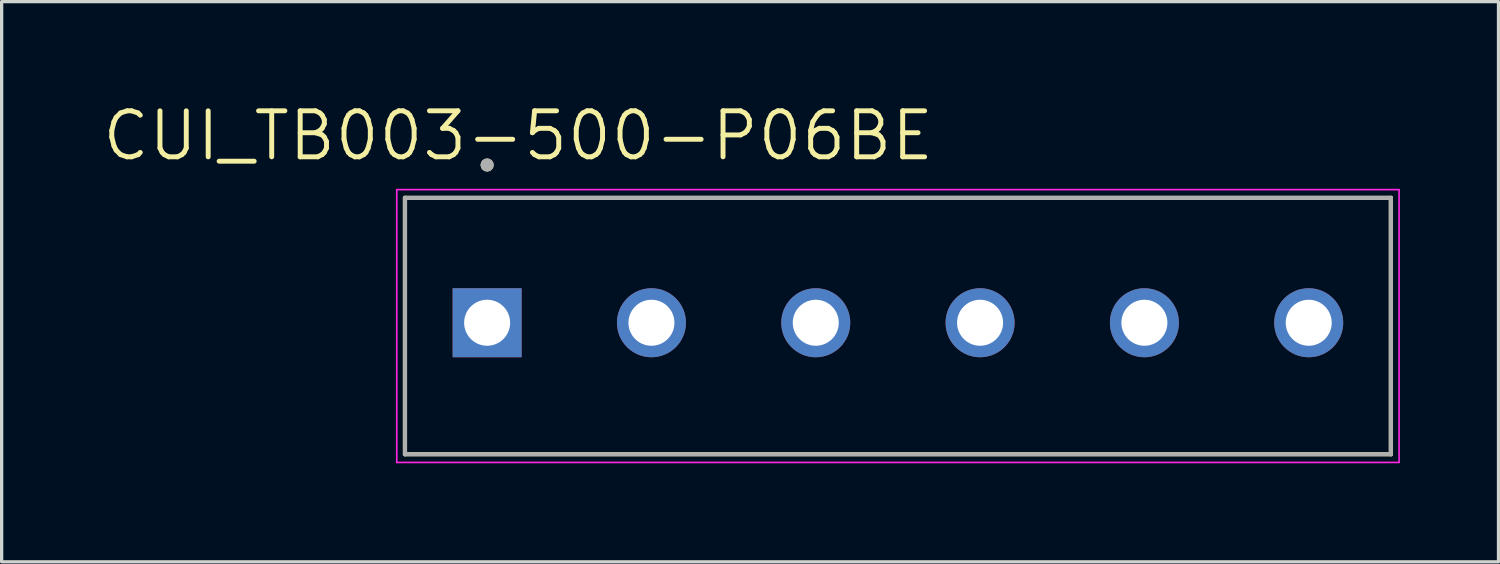
<source format=kicad_pcb>
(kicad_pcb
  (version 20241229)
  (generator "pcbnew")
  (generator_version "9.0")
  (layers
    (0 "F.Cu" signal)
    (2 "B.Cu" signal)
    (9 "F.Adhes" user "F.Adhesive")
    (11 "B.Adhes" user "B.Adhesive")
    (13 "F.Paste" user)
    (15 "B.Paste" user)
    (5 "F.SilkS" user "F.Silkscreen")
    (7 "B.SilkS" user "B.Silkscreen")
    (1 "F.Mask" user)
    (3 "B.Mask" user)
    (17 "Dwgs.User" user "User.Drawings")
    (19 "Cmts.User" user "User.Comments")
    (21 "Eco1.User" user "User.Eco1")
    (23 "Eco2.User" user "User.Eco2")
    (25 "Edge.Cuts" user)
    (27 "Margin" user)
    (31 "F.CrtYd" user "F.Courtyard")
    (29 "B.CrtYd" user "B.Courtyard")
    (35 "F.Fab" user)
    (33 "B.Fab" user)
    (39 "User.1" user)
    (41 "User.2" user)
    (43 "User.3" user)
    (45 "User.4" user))
  (footprint "CUI_TB003-500-P06BE"
    (layer "F.Cu")
    (at 11.773 6.771)
    (property "Reference" "CUI_TB003-500-P06BE" (at 0.945 -5.689 0) (layer "F.SilkS") (effects (font (size 1.4 1.4) (thickness 0.15))))
    (attr through_hole)
    (fp_line (start -2.5 -3.8) (end 27.5 -3.8) (stroke (width 0.127) (type solid)) (layer "F.SilkS"))
    (fp_line (start -2.5 4) (end -2.5 -3.8) (stroke (width 0.127) (type solid)) (layer "F.SilkS"))
    (fp_line (start 27.5 -3.8) (end 27.5 4) (stroke (width 0.127) (type solid)) (layer "F.SilkS"))
    (fp_line (start 27.5 4) (end -2.5 4) (stroke (width 0.127) (type solid)) (layer "F.SilkS"))
    (fp_circle (center 0 -4.8) (end 0.1 -4.8) (stroke (width 0.2) (type solid)) (fill no) (layer "F.SilkS"))
    (fp_line (start -2.75 -4.05) (end 27.75 -4.05) (stroke (width 0.05) (type solid)) (layer "F.CrtYd"))
    (fp_line (start -2.75 4.25) (end -2.75 -4.05) (stroke (width 0.05) (type solid)) (layer "F.CrtYd"))
    (fp_line (start 27.75 -4.05) (end 27.75 4.25) (stroke (width 0.05) (type solid)) (layer "F.CrtYd"))
    (fp_line (start 27.75 4.25) (end -2.75 4.25) (stroke (width 0.05) (type solid)) (layer "F.CrtYd"))
    (fp_line (start -2.5 -3.8) (end 27.5 -3.8) (stroke (width 0.127) (type solid)) (layer "F.Fab"))
    (fp_line (start -2.5 4) (end -2.5 -3.8) (stroke (width 0.127) (type solid)) (layer "F.Fab"))
    (fp_line (start 27.5 -3.8) (end 27.5 4) (stroke (width 0.127) (type solid)) (layer "F.Fab"))
    (fp_line (start 27.5 4) (end -2.5 4) (stroke (width 0.127) (type solid)) (layer "F.Fab"))
    (fp_circle (center 0 -4.8) (end 0.1 -4.8) (stroke (width 0.2) (type solid)) (fill no) (layer "F.Fab"))
    (pad "1" thru_hole rect (at 0 0) (size 2.1 2.1) (drill 1.4) (layers "*.Cu" "*.Mask"))
    (pad "2" thru_hole circle (at 5 0) (size 2.1 2.1) (drill 1.4) (layers "*.Cu" "*.Mask"))
    (pad "3" thru_hole circle (at 10 0) (size 2.1 2.1) (drill 1.4) (layers "*.Cu" "*.Mask"))
    (pad "4" thru_hole circle (at 15 0) (size 2.1 2.1) (drill 1.4) (layers "*.Cu" "*.Mask"))
    (pad "5" thru_hole circle (at 20 0) (size 2.1 2.1) (drill 1.4) (layers "*.Cu" "*.Mask"))
    (pad "6" thru_hole circle (at 25 0) (size 2.1 2.1) (drill 1.4) (layers "*.Cu" "*.Mask")))
  (gr_rect
    (start -3 -3)
    (end 42.548 14.046)
    (stroke (width 0.1) (type default))
    (fill no)
    (layer "Edge.Cuts")))
</source>
